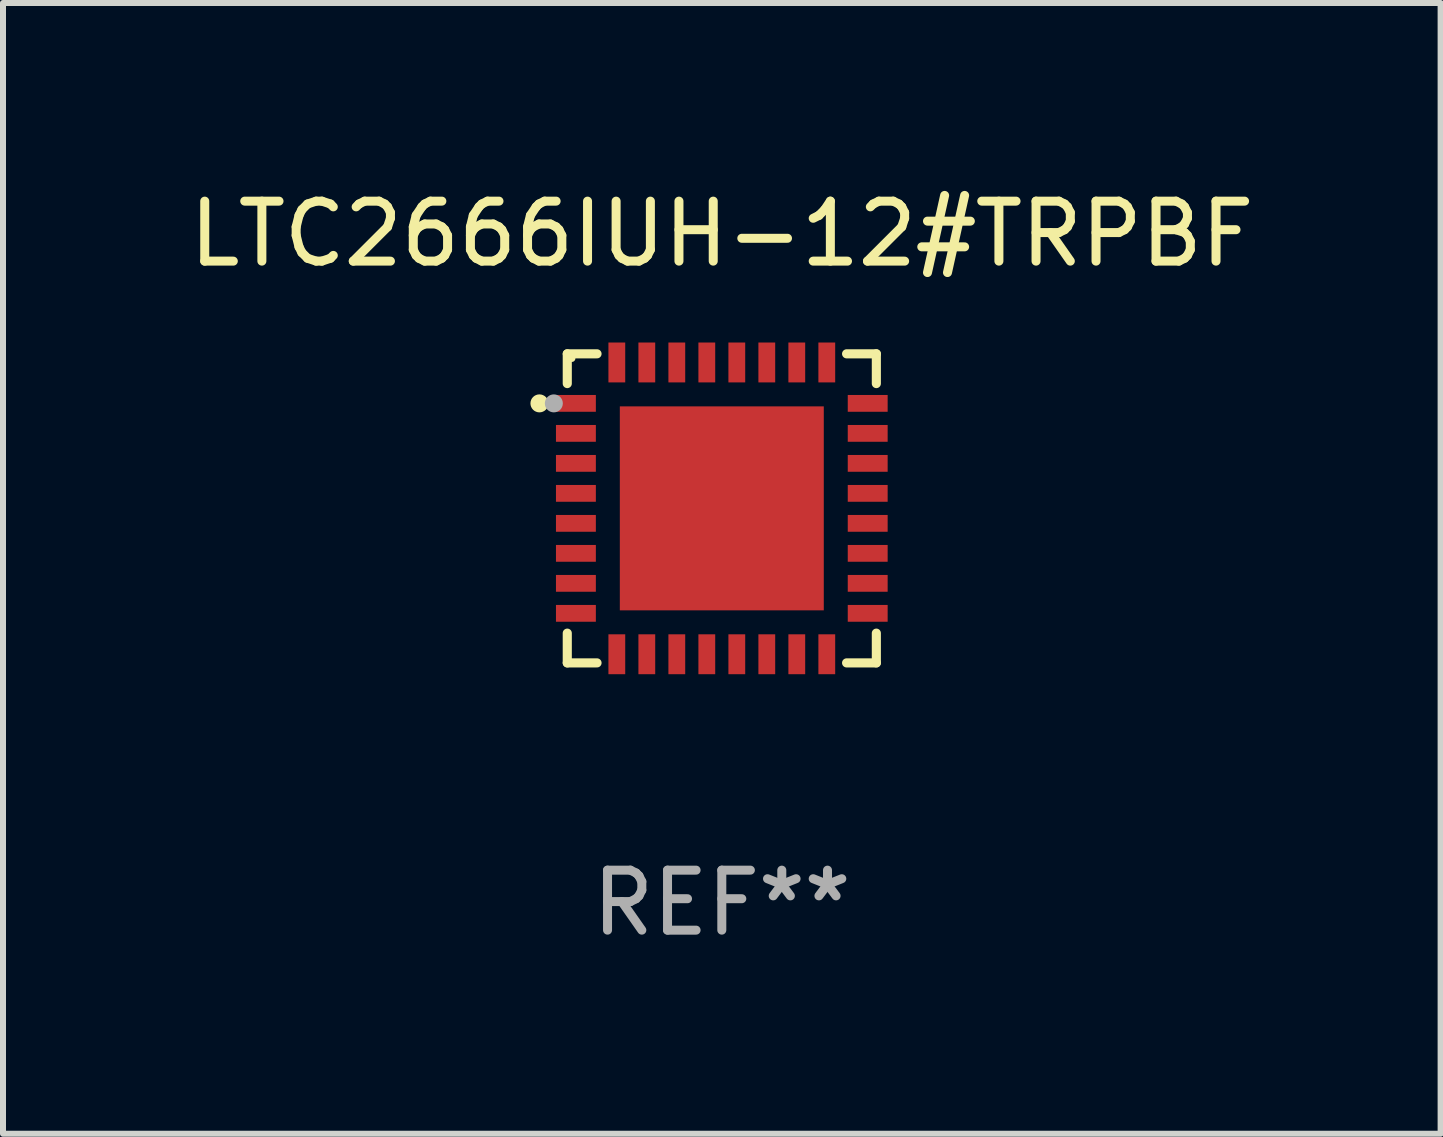
<source format=kicad_pcb>
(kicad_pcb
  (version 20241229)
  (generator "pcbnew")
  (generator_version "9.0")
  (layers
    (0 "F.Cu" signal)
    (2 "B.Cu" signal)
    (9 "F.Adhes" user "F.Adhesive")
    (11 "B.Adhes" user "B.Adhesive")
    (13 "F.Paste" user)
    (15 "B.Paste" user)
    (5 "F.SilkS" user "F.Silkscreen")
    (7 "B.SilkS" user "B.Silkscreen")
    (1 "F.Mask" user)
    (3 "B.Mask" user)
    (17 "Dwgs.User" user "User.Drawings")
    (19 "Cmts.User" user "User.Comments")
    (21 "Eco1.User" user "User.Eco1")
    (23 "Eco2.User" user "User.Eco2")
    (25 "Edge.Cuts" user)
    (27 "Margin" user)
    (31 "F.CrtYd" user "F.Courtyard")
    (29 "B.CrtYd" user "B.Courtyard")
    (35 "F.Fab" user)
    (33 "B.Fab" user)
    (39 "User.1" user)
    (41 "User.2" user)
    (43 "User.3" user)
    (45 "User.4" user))
  (footprint "LTC2666IUH-12#TRPBF"
    (layer "F.Cu")
    (at 8.982 5.424)
    (property "Reference" "LTC2666IUH-12#TRPBF" (at 0 -4.576 0) (layer "F.SilkS") (effects (font (size 1 1) (thickness 0.15))))
    (attr through_hole)
    (fp_line (start -2.576 -2.576) (end -2.576 -2.08) (stroke (width 0.152) (type solid)) (layer "F.SilkS"))
    (fp_line (start -2.576 2.576) (end -2.576 2.08) (stroke (width 0.152) (type solid)) (layer "F.SilkS"))
    (fp_line (start -2.08 -2.576) (end -2.576 -2.576) (stroke (width 0.152) (type solid)) (layer "F.SilkS"))
    (fp_line (start -2.08 2.576) (end -2.576 2.576) (stroke (width 0.152) (type solid)) (layer "F.SilkS"))
    (fp_line (start 2.08 -2.576) (end 2.576 -2.576) (stroke (width 0.152) (type solid)) (layer "F.SilkS"))
    (fp_line (start 2.08 2.576) (end 2.576 2.576) (stroke (width 0.152) (type solid)) (layer "F.SilkS"))
    (fp_line (start 2.576 -2.576) (end 2.576 -2.08) (stroke (width 0.152) (type solid)) (layer "F.SilkS"))
    (fp_line (start 2.576 2.576) (end 2.576 2.08) (stroke (width 0.152) (type solid)) (layer "F.SilkS"))
    (fp_circle (center -3.04 -1.75) (end -2.965 -1.75) (stroke (width 0.15) (type solid)) (fill no) (layer "F.SilkS"))
    (fp_circle (center -2.5 -2.5) (end -2.47 -2.5) (stroke (width 0.06) (type solid)) (fill no) (layer "F.SilkS"))
    (fp_circle (center -2.8 -1.75) (end -2.725 -1.75) (stroke (width 0.15) (type solid)) (fill no) (layer "F.Fab"))
    (fp_text user "REF**" (at 0 6.576 0) (layer "F.Fab") (effects (font (size 1 1) (thickness 0.15))))
    (pad "1" smd rect (at -2.432 -1.75) (size 0.665 0.28) (layers "F.Cu" "F.Mask" "F.Paste"))
    (pad "2" smd rect (at -2.432 -1.25) (size 0.665 0.28) (layers "F.Cu" "F.Mask" "F.Paste"))
    (pad "3" smd rect (at -2.432 -0.75) (size 0.665 0.28) (layers "F.Cu" "F.Mask" "F.Paste"))
    (pad "4" smd rect (at -2.432 -0.25) (size 0.665 0.28) (layers "F.Cu" "F.Mask" "F.Paste"))
    (pad "5" smd rect (at -2.432 0.25) (size 0.665 0.28) (layers "F.Cu" "F.Mask" "F.Paste"))
    (pad "6" smd rect (at -2.432 0.75) (size 0.665 0.28) (layers "F.Cu" "F.Mask" "F.Paste"))
    (pad "7" smd rect (at -2.432 1.25) (size 0.665 0.28) (layers "F.Cu" "F.Mask" "F.Paste"))
    (pad "8" smd rect (at -2.432 1.75) (size 0.665 0.28) (layers "F.Cu" "F.Mask" "F.Paste"))
    (pad "9" smd rect (at -1.75 2.432) (size 0.28 0.665) (layers "F.Cu" "F.Mask" "F.Paste"))
    (pad "10" smd rect (at -1.25 2.432) (size 0.28 0.665) (layers "F.Cu" "F.Mask" "F.Paste"))
    (pad "11" smd rect (at -0.75 2.432) (size 0.28 0.665) (layers "F.Cu" "F.Mask" "F.Paste"))
    (pad "12" smd rect (at -0.25 2.432) (size 0.28 0.665) (layers "F.Cu" "F.Mask" "F.Paste"))
    (pad "13" smd rect (at 0.25 2.432) (size 0.28 0.665) (layers "F.Cu" "F.Mask" "F.Paste"))
    (pad "14" smd rect (at 0.75 2.432) (size 0.28 0.665) (layers "F.Cu" "F.Mask" "F.Paste"))
    (pad "15" smd rect (at 1.25 2.432) (size 0.28 0.665) (layers "F.Cu" "F.Mask" "F.Paste"))
    (pad "16" smd rect (at 1.75 2.432) (size 0.28 0.665) (layers "F.Cu" "F.Mask" "F.Paste"))
    (pad "17" smd rect (at 2.432 1.75) (size 0.665 0.28) (layers "F.Cu" "F.Mask" "F.Paste"))
    (pad "18" smd rect (at 2.432 1.25) (size 0.665 0.28) (layers "F.Cu" "F.Mask" "F.Paste"))
    (pad "19" smd rect (at 2.432 0.75) (size 0.665 0.28) (layers "F.Cu" "F.Mask" "F.Paste"))
    (pad "20" smd rect (at 2.432 0.25) (size 0.665 0.28) (layers "F.Cu" "F.Mask" "F.Paste"))
    (pad "21" smd rect (at 2.432 -0.25) (size 0.665 0.28) (layers "F.Cu" "F.Mask" "F.Paste"))
    (pad "22" smd rect (at 2.432 -0.75) (size 0.665 0.28) (layers "F.Cu" "F.Mask" "F.Paste"))
    (pad "23" smd rect (at 2.432 -1.25) (size 0.665 0.28) (layers "F.Cu" "F.Mask" "F.Paste"))
    (pad "24" smd rect (at 2.432 -1.75) (size 0.665 0.28) (layers "F.Cu" "F.Mask" "F.Paste"))
    (pad "25" smd rect (at 1.75 -2.432) (size 0.28 0.665) (layers "F.Cu" "F.Mask" "F.Paste"))
    (pad "26" smd rect (at 1.25 -2.432) (size 0.28 0.665) (layers "F.Cu" "F.Mask" "F.Paste"))
    (pad "27" smd rect (at 0.75 -2.432) (size 0.28 0.665) (layers "F.Cu" "F.Mask" "F.Paste"))
    (pad "28" smd rect (at 0.25 -2.432) (size 0.28 0.665) (layers "F.Cu" "F.Mask" "F.Paste"))
    (pad "29" smd rect (at -0.25 -2.432) (size 0.28 0.665) (layers "F.Cu" "F.Mask" "F.Paste"))
    (pad "30" smd rect (at -0.75 -2.432) (size 0.28 0.665) (layers "F.Cu" "F.Mask" "F.Paste"))
    (pad "31" smd rect (at -1.25 -2.432) (size 0.28 0.665) (layers "F.Cu" "F.Mask" "F.Paste"))
    (pad "32" smd rect (at -1.75 -2.432) (size 0.28 0.665) (layers "F.Cu" "F.Mask" "F.Paste"))
    (pad "33" smd rect (at 0 0) (size 3.4 3.4) (layers "F.Cu" "F.Mask" "F.Paste")))
  (gr_rect
    (start -3 -3)
    (end 20.964 15.849)
    (stroke (width 0.1) (type default))
    (fill no)
    (layer "Edge.Cuts")))
</source>
